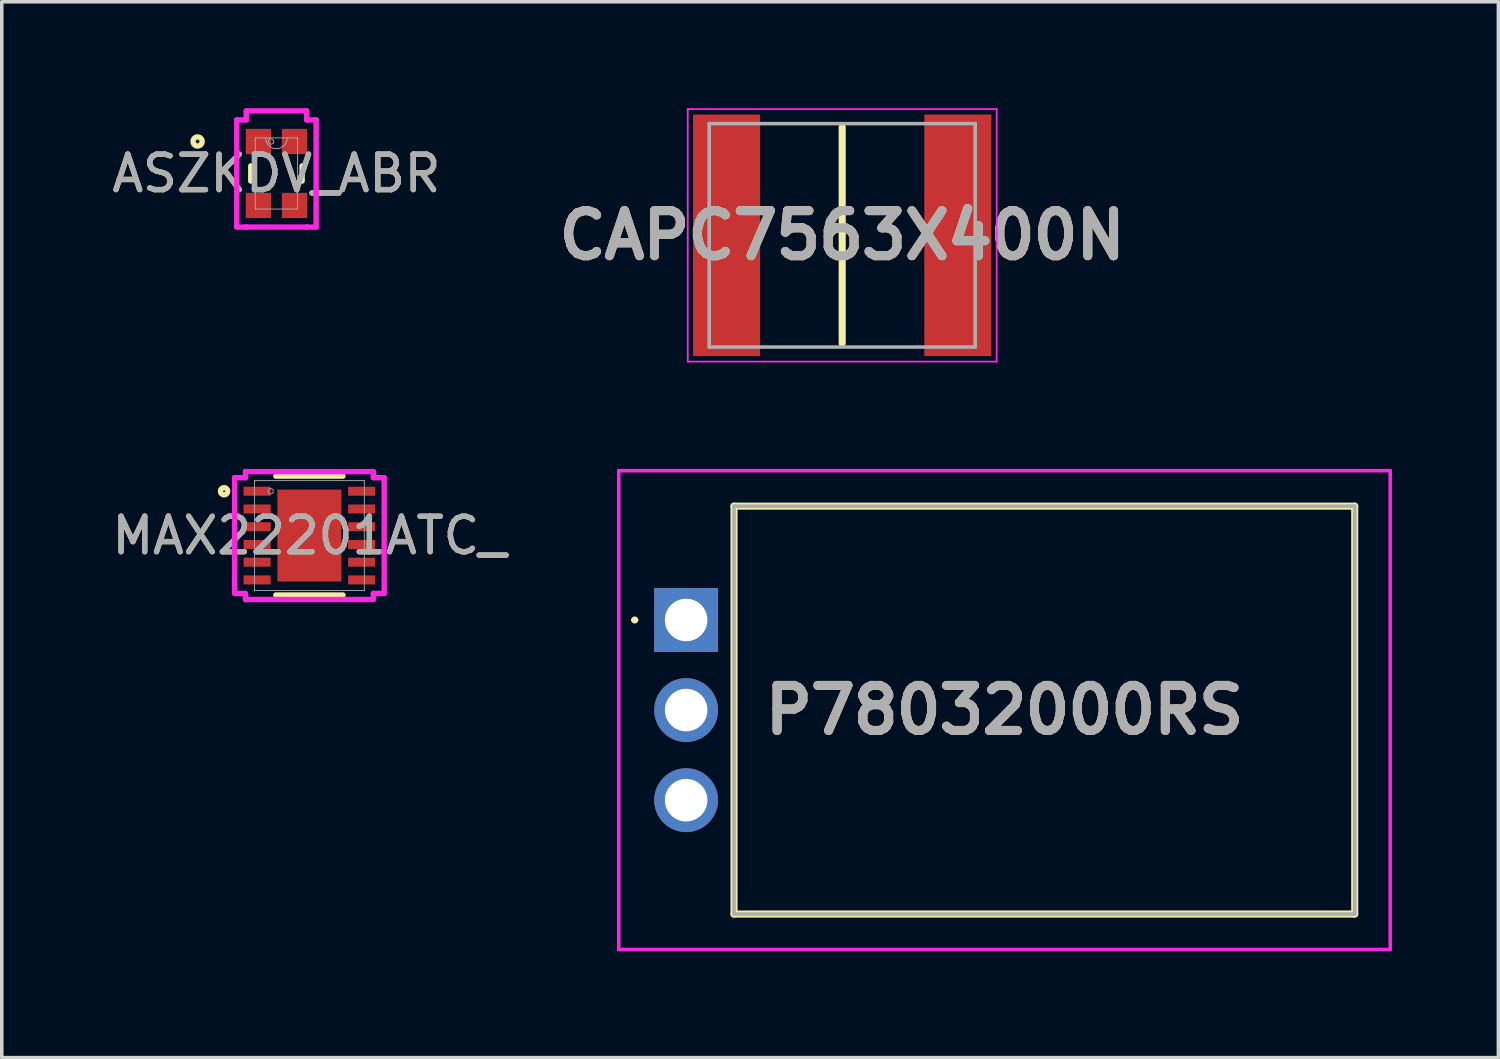
<source format=kicad_pcb>
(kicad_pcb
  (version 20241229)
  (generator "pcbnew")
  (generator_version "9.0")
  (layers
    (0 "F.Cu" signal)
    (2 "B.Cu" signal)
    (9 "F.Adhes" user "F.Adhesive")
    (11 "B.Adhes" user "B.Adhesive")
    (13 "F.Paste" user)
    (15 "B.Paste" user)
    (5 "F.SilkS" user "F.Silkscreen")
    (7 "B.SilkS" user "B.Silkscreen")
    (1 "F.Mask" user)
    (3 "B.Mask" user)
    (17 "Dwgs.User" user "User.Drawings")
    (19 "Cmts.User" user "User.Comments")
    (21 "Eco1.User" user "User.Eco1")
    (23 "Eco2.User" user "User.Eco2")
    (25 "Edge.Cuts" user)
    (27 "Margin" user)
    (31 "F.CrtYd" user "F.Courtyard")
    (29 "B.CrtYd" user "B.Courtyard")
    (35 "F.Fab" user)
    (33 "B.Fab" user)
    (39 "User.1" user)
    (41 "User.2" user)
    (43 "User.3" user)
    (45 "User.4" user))
  (footprint "P78032000RS"
    (layer "F.Cu")
    (at 16.295 14.43)
    (property "Reference" "P78032000RS" (at 8.975 2.54 0) (layer "F.SilkS") (effects (font (size 1.27 1.27) (thickness 0.254))))
    (attr through_hole)
    (fp_line (start -1.5 0) (end -1.5 0) (stroke (width 0.1) (type solid)) (layer "F.SilkS"))
    (fp_line (start -1.4 0) (end -1.4 0) (stroke (width 0.1) (type solid)) (layer "F.SilkS"))
    (fp_line (start 1.35 -3.21) (end 18.85 -3.21) (stroke (width 0.2) (type solid)) (layer "F.SilkS"))
    (fp_line (start 1.35 8.29) (end 1.35 -3.21) (stroke (width 0.2) (type solid)) (layer "F.SilkS"))
    (fp_line (start 18.85 -3.21) (end 18.85 8.29) (stroke (width 0.2) (type solid)) (layer "F.SilkS"))
    (fp_line (start 18.85 8.29) (end 1.35 8.29) (stroke (width 0.2) (type solid)) (layer "F.SilkS"))
    (fp_arc (start -1.5 0) (mid -1.45 -0.05) (end -1.4 0) (stroke (width 0.1) (type solid)) (layer "F.SilkS"))
    (fp_arc (start -1.4 0) (mid -1.45 0.05) (end -1.5 0) (stroke (width 0.1) (type solid)) (layer "F.SilkS"))
    (fp_line (start -1.9 -4.21) (end 19.85 -4.21) (stroke (width 0.1) (type solid)) (layer "F.CrtYd"))
    (fp_line (start -1.9 9.29) (end -1.9 -4.21) (stroke (width 0.1) (type solid)) (layer "F.CrtYd"))
    (fp_line (start 19.85 -4.21) (end 19.85 9.29) (stroke (width 0.1) (type solid)) (layer "F.CrtYd"))
    (fp_line (start 19.85 9.29) (end -1.9 9.29) (stroke (width 0.1) (type solid)) (layer "F.CrtYd"))
    (fp_line (start 1.35 -3.21) (end 18.85 -3.21) (stroke (width 0.1) (type solid)) (layer "F.Fab"))
    (fp_line (start 1.35 8.29) (end 1.35 -3.21) (stroke (width 0.1) (type solid)) (layer "F.Fab"))
    (fp_line (start 18.85 -3.21) (end 18.85 8.29) (stroke (width 0.1) (type solid)) (layer "F.Fab"))
    (fp_line (start 18.85 8.29) (end 1.35 8.29) (stroke (width 0.1) (type solid)) (layer "F.Fab"))
    (fp_text user "${REFERENCE}" (at 8.975 2.54 0) (layer "F.Fab") (effects (font (size 1.27 1.27) (thickness 0.254))))
    (pad "1" thru_hole rect (at 0 0) (size 1.8 1.8) (drill 1.2) (layers "*.Cu" "*.Mask"))
    (pad "2" thru_hole circle (at 0 2.54) (size 1.8 1.8) (drill 1.2) (layers "*.Cu" "*.Mask"))
    (pad "3" thru_hole circle (at 0 5.08) (size 1.8 1.8) (drill 1.2) (layers "*.Cu" "*.Mask")))
  (footprint "MAX22201ATC_"
    (layer "F.Cu")
    (at 5.673 12.05)
    (property "Reference" "MAX22201ATC_" (at 0 0 0) (unlocked yes) (layer "F.SilkS") (effects (font (size 1 1) (thickness 0.15))))
    (attr smd)
    (fp_line (start -0.947 1.676) (end 0.947 1.676) (stroke (width 0.152) (type solid)) (layer "F.SilkS"))
    (fp_line (start 0.947 -1.676) (end -0.947 -1.676) (stroke (width 0.152) (type solid)) (layer "F.SilkS"))
    (fp_circle (center -2.405 -1.25) (end -2.303 -1.25) (stroke (width 0.152) (type solid)) (fill no) (layer "F.SilkS"))
    (fp_poly (pts (xy -0.802 -1.195) (xy -0.802 -0.1) (xy 0.802 -0.1) (xy 0.802 -1.195)) (stroke (width 0) (type solid)) (fill yes) (layer "F.Paste"))
    (fp_poly (pts (xy -0.802 0.1) (xy -0.802 1.195) (xy 0.802 1.195) (xy 0.802 0.1)) (stroke (width 0) (type solid)) (fill yes) (layer "F.Paste"))
    (fp_line (start -2.108 -1.631) (end -1.803 -1.631) (stroke (width 0.152) (type solid)) (layer "F.CrtYd"))
    (fp_line (start -2.108 1.631) (end -2.108 -1.631) (stroke (width 0.152) (type solid)) (layer "F.CrtYd"))
    (fp_line (start -2.108 1.631) (end -1.803 1.631) (stroke (width 0.152) (type solid)) (layer "F.CrtYd"))
    (fp_line (start -1.803 -1.803) (end 1.803 -1.803) (stroke (width 0.152) (type solid)) (layer "F.CrtYd"))
    (fp_line (start -1.803 -1.631) (end -1.803 -1.803) (stroke (width 0.152) (type solid)) (layer "F.CrtYd"))
    (fp_line (start -1.803 1.803) (end -1.803 1.631) (stroke (width 0.152) (type solid)) (layer "F.CrtYd"))
    (fp_line (start 1.803 -1.803) (end 1.803 -1.631) (stroke (width 0.152) (type solid)) (layer "F.CrtYd"))
    (fp_line (start 1.803 1.631) (end 1.803 1.803) (stroke (width 0.152) (type solid)) (layer "F.CrtYd"))
    (fp_line (start 1.803 1.803) (end -1.803 1.803) (stroke (width 0.152) (type solid)) (layer "F.CrtYd"))
    (fp_line (start 2.108 -1.631) (end 1.803 -1.631) (stroke (width 0.152) (type solid)) (layer "F.CrtYd"))
    (fp_line (start 2.108 -1.631) (end 2.108 1.631) (stroke (width 0.152) (type solid)) (layer "F.CrtYd"))
    (fp_line (start 2.108 1.631) (end 1.803 1.631) (stroke (width 0.152) (type solid)) (layer "F.CrtYd"))
    (fp_line (start -1.549 -1.549) (end -1.549 1.549) (stroke (width 0.025) (type solid)) (layer "F.Fab"))
    (fp_line (start -1.549 1.549) (end 1.549 1.549) (stroke (width 0.025) (type solid)) (layer "F.Fab"))
    (fp_line (start 1.549 -1.549) (end -1.549 -1.549) (stroke (width 0.025) (type solid)) (layer "F.Fab"))
    (fp_line (start 1.549 1.549) (end 1.549 -1.549) (stroke (width 0.025) (type solid)) (layer "F.Fab"))
    (fp_circle (center -1.092 -1.25) (end -1.016 -1.25) (stroke (width 0.025) (type solid)) (fill no) (layer "F.Fab"))
    (fp_text user "${REFERENCE}" (at 0 0 0) (unlocked yes) (layer "F.Fab") (effects (font (size 1 1) (thickness 0.15))))
    (pad "1" smd rect (at -1.473 -1.25) (size 0.762 0.254) (layers "F.Cu" "F.Mask" "F.Paste"))
    (pad "2" smd rect (at -1.473 -0.75) (size 0.762 0.254) (layers "F.Cu" "F.Mask" "F.Paste"))
    (pad "3" smd rect (at -1.473 -0.25) (size 0.762 0.254) (layers "F.Cu" "F.Mask" "F.Paste"))
    (pad "4" smd rect (at -1.473 0.25) (size 0.762 0.254) (layers "F.Cu" "F.Mask" "F.Paste"))
    (pad "5" smd rect (at -1.473 0.75) (size 0.762 0.254) (layers "F.Cu" "F.Mask" "F.Paste"))
    (pad "6" smd rect (at -1.473 1.25) (size 0.762 0.254) (layers "F.Cu" "F.Mask" "F.Paste"))
    (pad "7" smd rect (at 1.473 1.25) (size 0.762 0.254) (layers "F.Cu" "F.Mask" "F.Paste"))
    (pad "8" smd rect (at 1.473 0.75) (size 0.762 0.254) (layers "F.Cu" "F.Mask" "F.Paste"))
    (pad "9" smd rect (at 1.473 0.25) (size 0.762 0.254) (layers "F.Cu" "F.Mask" "F.Paste"))
    (pad "10" smd rect (at 1.473 -0.25) (size 0.762 0.254) (layers "F.Cu" "F.Mask" "F.Paste"))
    (pad "11" smd rect (at 1.473 -0.75) (size 0.762 0.254) (layers "F.Cu" "F.Mask" "F.Paste"))
    (pad "12" smd rect (at 1.473 -1.25) (size 0.762 0.254) (layers "F.Cu" "F.Mask" "F.Paste"))
    (pad "13" smd rect (at 0 0) (size 1.803 2.591) (layers "F.Cu" "F.Mask" "F.Paste")))
  (footprint "ASZKDV_ABR"
    (layer "F.Cu")
    (at 4.744 1.841)
    (property "Reference" "ASZKDV_ABR" (at 0 0 0) (unlocked yes) (layer "F.SilkS") (effects (font (size 1 1) (thickness 0.15))))
    (attr smd)
    (fp_line (start -0.724 -0.213) (end -0.724 0.213) (stroke (width 0.152) (type solid)) (layer "F.SilkS"))
    (fp_line (start 0.724 0.213) (end 0.724 -0.213) (stroke (width 0.152) (type solid)) (layer "F.SilkS"))
    (fp_circle (center -2.223 -0.902) (end -2.095 -0.902) (stroke (width 0.152) (type solid)) (fill no) (layer "F.SilkS"))
    (fp_line (start -1.118 -1.511) (end -0.851 -1.511) (stroke (width 0.152) (type solid)) (layer "F.CrtYd"))
    (fp_line (start -1.118 1.511) (end -1.118 -1.511) (stroke (width 0.152) (type solid)) (layer "F.CrtYd"))
    (fp_line (start -1.118 1.511) (end -0.851 1.511) (stroke (width 0.152) (type solid)) (layer "F.CrtYd"))
    (fp_line (start -0.851 -1.765) (end 0.851 -1.765) (stroke (width 0.152) (type solid)) (layer "F.CrtYd"))
    (fp_line (start -0.851 -1.511) (end -0.851 -1.765) (stroke (width 0.152) (type solid)) (layer "F.CrtYd"))
    (fp_line (start -0.851 1.511) (end -0.851 1.511) (stroke (width 0.152) (type solid)) (layer "F.CrtYd"))
    (fp_line (start 0.851 -1.765) (end 0.851 -1.511) (stroke (width 0.152) (type solid)) (layer "F.CrtYd"))
    (fp_line (start 0.851 1.511) (end -0.851 1.511) (stroke (width 0.152) (type solid)) (layer "F.CrtYd"))
    (fp_line (start 0.851 1.511) (end 0.851 1.511) (stroke (width 0.152) (type solid)) (layer "F.CrtYd"))
    (fp_line (start 1.118 -1.511) (end 0.851 -1.511) (stroke (width 0.152) (type solid)) (layer "F.CrtYd"))
    (fp_line (start 1.118 -1.511) (end 1.118 1.511) (stroke (width 0.152) (type solid)) (layer "F.CrtYd"))
    (fp_line (start 1.118 1.511) (end 0.851 1.511) (stroke (width 0.152) (type solid)) (layer "F.CrtYd"))
    (fp_line (start -0.597 -1.003) (end -0.597 1.003) (stroke (width 0.025) (type solid)) (layer "F.Fab"))
    (fp_line (start -0.597 1.003) (end 0.597 1.003) (stroke (width 0.025) (type solid)) (layer "F.Fab"))
    (fp_line (start 0.597 -1.003) (end -0.597 -1.003) (stroke (width 0.025) (type solid)) (layer "F.Fab"))
    (fp_line (start 0.597 1.003) (end 0.597 -1.003) (stroke (width 0.025) (type solid)) (layer "F.Fab"))
    (fp_arc (start 0.3048 -1.0033) (mid 0 -0.6985) (end -0.3048 -1.0033) (stroke (width 0.0254) (type solid)) (layer "F.Fab"))
    (fp_circle (center -0.152 -0.902) (end -0.076 -0.902) (stroke (width 0.025) (type solid)) (fill no) (layer "F.Fab"))
    (fp_text user "${REFERENCE}" (at 0 0 0) (unlocked yes) (layer "F.Fab") (effects (font (size 1 1) (thickness 0.15))))
    (pad "1" smd rect (at -0.508 -0.902) (size 0.711 0.711) (layers "F.Cu" "F.Mask" "F.Paste"))
    (pad "2" smd rect (at -0.508 0.902) (size 0.711 0.711) (layers "F.Cu" "F.Mask" "F.Paste"))
    (pad "3" smd rect (at 0.508 0.902) (size 0.711 0.711) (layers "F.Cu" "F.Mask" "F.Paste"))
    (pad "4" smd rect (at 0.508 -0.902) (size 0.711 0.711) (layers "F.Cu" "F.Mask" "F.Paste")))
  (footprint "CAPC7563X400N"
    (layer "F.Cu")
    (at 20.695 3.585)
    (property "Reference" "CAPC7563X400N" (at 0 0 0) (layer "F.SilkS") (effects (font (size 1.27 1.27) (thickness 0.254))))
    (attr smd)
    (fp_line (start 0 -3.05) (end 0 3.05) (stroke (width 0.2) (type solid)) (layer "F.SilkS"))
    (fp_line (start -4.355 -3.56) (end 4.355 -3.56) (stroke (width 0.05) (type solid)) (layer "F.CrtYd"))
    (fp_line (start -4.355 3.56) (end -4.355 -3.56) (stroke (width 0.05) (type solid)) (layer "F.CrtYd"))
    (fp_line (start 4.355 -3.56) (end 4.355 3.56) (stroke (width 0.05) (type solid)) (layer "F.CrtYd"))
    (fp_line (start 4.355 3.56) (end -4.355 3.56) (stroke (width 0.05) (type solid)) (layer "F.CrtYd"))
    (fp_line (start -3.75 -3.15) (end 3.75 -3.15) (stroke (width 0.1) (type solid)) (layer "F.Fab"))
    (fp_line (start -3.75 3.15) (end -3.75 -3.15) (stroke (width 0.1) (type solid)) (layer "F.Fab"))
    (fp_line (start 3.75 -3.15) (end 3.75 3.15) (stroke (width 0.1) (type solid)) (layer "F.Fab"))
    (fp_line (start 3.75 3.15) (end -3.75 3.15) (stroke (width 0.1) (type solid)) (layer "F.Fab"))
    (fp_text user "${REFERENCE}" (at 0 0 0) (layer "F.Fab") (effects (font (size 1.27 1.27) (thickness 0.254))))
    (pad "1" smd rect (at -3.26 0) (size 1.89 6.81) (layers "F.Cu" "F.Mask" "F.Paste"))
    (pad "2" smd rect (at 3.26 0) (size 1.89 6.81) (layers "F.Cu" "F.Mask" "F.Paste")))
  (gr_rect
    (start -3 -3)
    (end 39.195 26.77)
    (stroke (width 0.1) (type default))
    (fill no)
    (layer "Edge.Cuts")))
</source>
